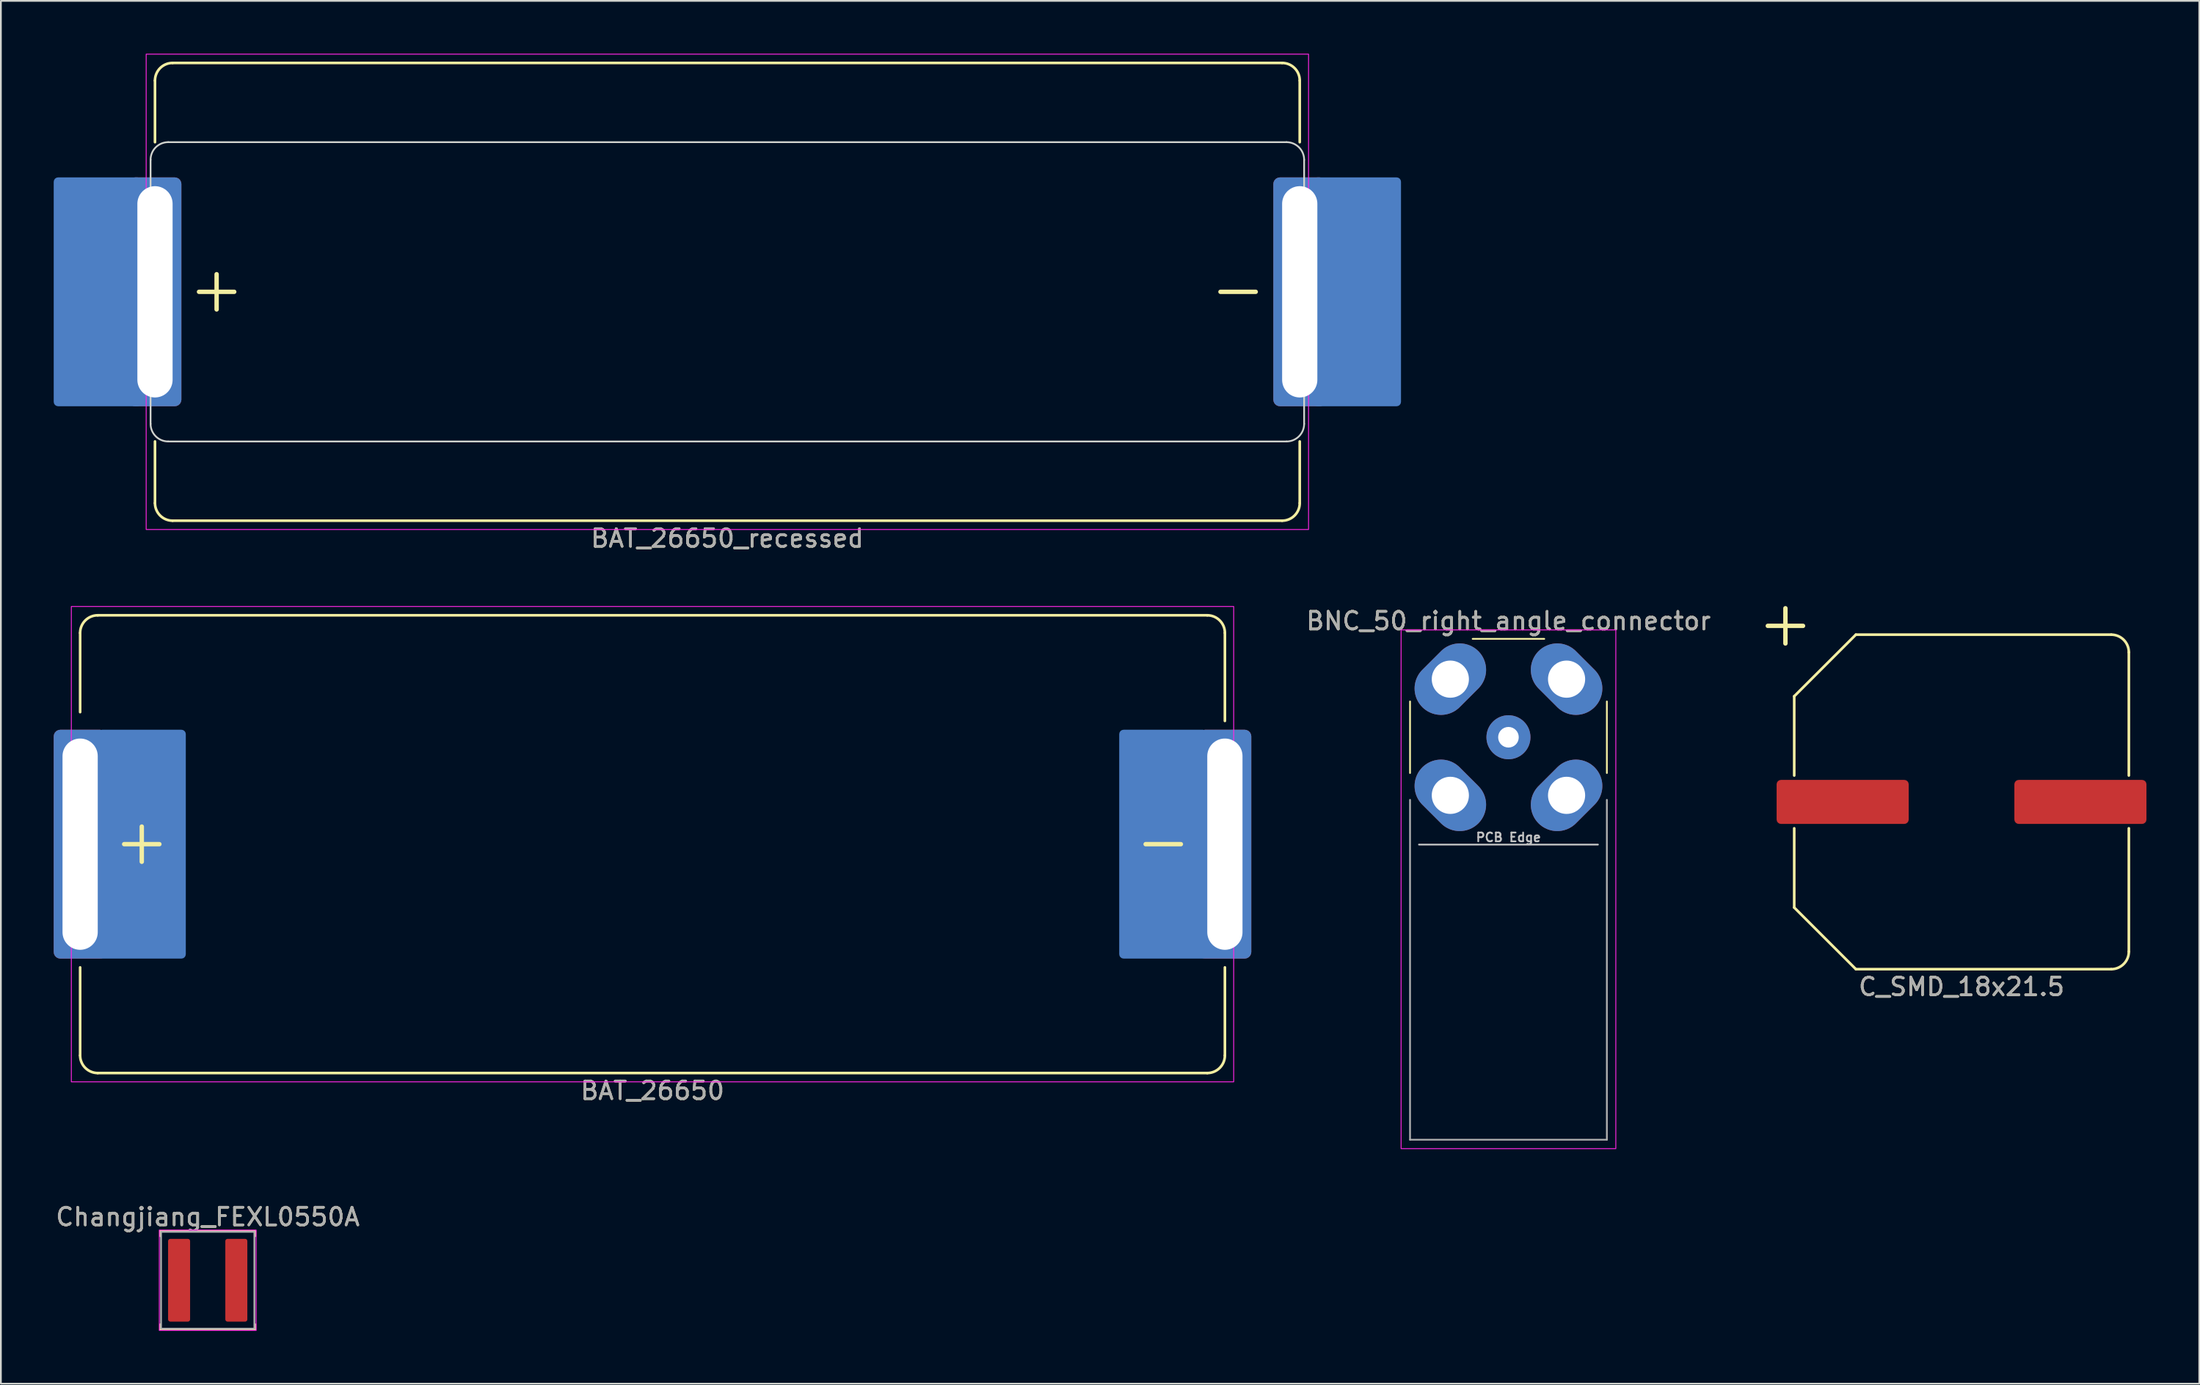
<source format=kicad_pcb>
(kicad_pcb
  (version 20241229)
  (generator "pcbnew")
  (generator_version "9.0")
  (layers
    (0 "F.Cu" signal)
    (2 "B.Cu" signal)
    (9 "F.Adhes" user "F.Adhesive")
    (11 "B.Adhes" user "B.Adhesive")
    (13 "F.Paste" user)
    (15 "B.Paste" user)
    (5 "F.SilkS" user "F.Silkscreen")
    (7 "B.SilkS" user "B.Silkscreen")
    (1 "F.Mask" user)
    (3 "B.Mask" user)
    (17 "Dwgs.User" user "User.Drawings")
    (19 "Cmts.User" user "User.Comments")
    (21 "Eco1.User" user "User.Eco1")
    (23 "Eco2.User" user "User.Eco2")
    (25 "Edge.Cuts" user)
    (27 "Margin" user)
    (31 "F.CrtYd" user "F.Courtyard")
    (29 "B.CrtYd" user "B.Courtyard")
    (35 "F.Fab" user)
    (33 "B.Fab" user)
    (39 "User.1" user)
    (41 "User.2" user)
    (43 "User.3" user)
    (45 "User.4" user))
  (footprint "BNC_50_right_angle_connector"
    (layer "F.Cu")
    (at 82.601 38.825)
    (property "Reference" "BNC_50_right_angle_connector" (at 0 -6.604 0) (unlocked yes) (layer "F.SilkS") (effects (font (size 1 1) (thickness 0.15))))
    (attr through_hole)
    (fp_line (start -5.588 -2.032) (end -5.588 2.032) (stroke (width 0.1) (type default)) (layer "F.SilkS"))
    (fp_line (start -2.032 -5.588) (end 2.032 -5.588) (stroke (width 0.1) (type default)) (layer "F.SilkS"))
    (fp_line (start 5.588 -2.032) (end 5.588 2.032) (stroke (width 0.1) (type default)) (layer "F.SilkS"))
    (fp_line (start -5.08 6.096) (end 5.08 6.096) (stroke (width 0.1) (type solid)) (layer "Dwgs.User"))
    (fp_rect (start -6.096 -6.096) (end 6.096 23.368) (stroke (width 0.05) (type default)) (fill no) (layer "F.CrtYd"))
    (fp_line (start -5.588 3.556) (end -5.588 22.86) (stroke (width 0.1) (type default)) (layer "F.Fab"))
    (fp_line (start -5.588 22.86) (end 5.588 22.86) (stroke (width 0.1) (type default)) (layer "F.Fab"))
    (fp_line (start 5.588 22.86) (end 5.588 3.556) (stroke (width 0.1) (type default)) (layer "F.Fab"))
    (fp_text user "PCB Edge" (at 0 5.686 0) (unlocked yes) (layer "Dwgs.User") (effects (font (size 0.5 0.5) (thickness 0.1))))
    (fp_text user "${REFERENCE}" (at 0 -6.604 0) (unlocked yes) (layer "F.Fab") (effects (font (size 1 1) (thickness 0.15))))
    (pad "1" thru_hole circle (at 0 0 315) (size 2.5 2.5) (drill 1.17) (layers "*.Cu" "*.Mask"))
    (pad "2" thru_hole oval (at -3.3 -3.3 315) (size 3 4.5) (drill 2.11) (layers "*.Cu" "*.Mask"))
    (pad "2" thru_hole oval (at -3.3 3.3 45) (size 3 4.5) (drill 2.11) (layers "*.Cu" "*.Mask"))
    (pad "2" thru_hole oval (at 3.3 -3.3 45) (size 3 4.5) (drill 2.11) (layers "*.Cu" "*.Mask"))
    (pad "2" thru_hole oval (at 3.3 3.3 315) (size 3 4.5) (drill 2.11) (layers "*.Cu" "*.Mask")))
  (footprint "Changjiang_FEXL0550A"
    (layer "F.Cu")
    (at 8.744 69.667)
    (property "Reference" "Changjiang_FEXL0550A" (at 0 -3.6 0) (unlocked yes) (layer "F.SilkS") (effects (font (size 1 1) (thickness 0.15))))
    (attr smd)
    (fp_line (start -2.7 -2.8) (end 2.7 -2.8) (stroke (width 0.1) (type default)) (layer "F.SilkS"))
    (fp_line (start -2.7 -2.5) (end -2.7 -2.8) (stroke (width 0.1) (type default)) (layer "F.SilkS"))
    (fp_line (start -2.7 2.5) (end -2.7 2.8) (stroke (width 0.1) (type default)) (layer "F.SilkS"))
    (fp_line (start -2.7 2.8) (end 2.7 2.8) (stroke (width 0.1) (type default)) (layer "F.SilkS"))
    (fp_line (start 2.7 -2.8) (end 2.7 -2.5) (stroke (width 0.1) (type default)) (layer "F.SilkS"))
    (fp_line (start 2.7 2.8) (end 2.7 2.5) (stroke (width 0.1) (type default)) (layer "F.SilkS"))
    (fp_rect (start -2.75 -2.85) (end 2.75 2.85) (stroke (width 0.05) (type default)) (fill no) (layer "F.CrtYd"))
    (fp_rect (start -2.65 -2.75) (end 2.65 2.75) (stroke (width 0.1) (type default)) (fill no) (layer "F.Fab"))
    (fp_text user "${REFERENCE}" (at 0 -3.6 0) (unlocked yes) (layer "F.Fab") (effects (font (size 1 1) (thickness 0.15))))
    (pad "1" smd roundrect (at -1.625 0) (size 1.25 4.7) (property pad_prop_heatsink) (layers "F.Cu" "F.Mask" "F.Paste") (roundrect_rratio 0.1))
    (pad "2" smd roundrect (at 1.625 0) (size 1.25 4.7) (property pad_prop_heatsink) (layers "F.Cu" "F.Mask" "F.Paste") (roundrect_rratio 0.1)))
  (footprint "C_SMD_18x21.5"
    (layer "F.Cu")
    (at 108.327 42.498)
    (property "Reference" "C_SMD_18x21.5" (at 0 10.5 0) (unlocked yes) (layer "F.SilkS") (effects (font (size 1 1) (thickness 0.15))))
    (attr smd)
    (fp_line (start -10 -9) (end -10 -11) (stroke (width 0.25) (type default)) (layer "F.SilkS"))
    (fp_line (start -9.5 -6) (end -9.5 -1.5) (stroke (width 0.15) (type default)) (layer "F.SilkS"))
    (fp_line (start -9.5 1.5) (end -9.5 6) (stroke (width 0.15) (type default)) (layer "F.SilkS"))
    (fp_line (start -9.5 6) (end -6 9.5) (stroke (width 0.15) (type default)) (layer "F.SilkS"))
    (fp_line (start -9 -10) (end -11 -10) (stroke (width 0.25) (type default)) (layer "F.SilkS"))
    (fp_line (start -6 -9.5) (end -9.5 -6) (stroke (width 0.15) (type default)) (layer "F.SilkS"))
    (fp_line (start -6 -9.5) (end 8.5 -9.5) (stroke (width 0.15) (type default)) (layer "F.SilkS"))
    (fp_line (start -6 9.5) (end 8.5 9.5) (stroke (width 0.15) (type default)) (layer "F.SilkS"))
    (fp_line (start 9.5 -8.5) (end 9.5 -1.5) (stroke (width 0.15) (type default)) (layer "F.SilkS"))
    (fp_line (start 9.5 1.5) (end 9.5 8.5) (stroke (width 0.15) (type default)) (layer "F.SilkS"))
    (fp_arc (start 8.5 -9.5) (mid 9.207107 -9.207107) (end 9.5 -8.5) (stroke (width 0.15) (type default)) (layer "F.SilkS"))
    (fp_arc (start 9.5 8.5) (mid 9.207107 9.207107) (end 8.5 9.5) (stroke (width 0.15) (type default)) (layer "F.SilkS"))
    (fp_text user "${REFERENCE}" (at 0 10.5 0) (unlocked yes) (layer "F.Fab") (effects (font (size 1 1) (thickness 0.15))))
    (pad "1" smd roundrect (at -6.75 0) (size 7.5 2.5) (layers "F.Cu" "F.Mask" "F.Paste") (roundrect_rratio 0.1))
    (pad "2" smd roundrect (at 6.75 0) (size 7.5 2.5) (layers "F.Cu" "F.Mask" "F.Paste") (roundrect_rratio 0.1)))
  (footprint "BAT_26650_recessed"
    (layer "F.Cu")
    (at 38.25 13.525)
    (property "Reference" "BAT_26650_recessed" (at 0 14 0) (unlocked yes) (layer "F.SilkS") (effects (font (size 1 1) (thickness 0.15))))
    (attr through_hole)
    (fp_line (start -32.5 -8.5) (end -32.5 -12) (stroke (width 0.15) (type default)) (layer "F.SilkS"))
    (fp_line (start -32.5 12) (end -32.5 8.5) (stroke (width 0.15) (type default)) (layer "F.SilkS"))
    (fp_line (start -31.5 -13) (end 31.5 -13) (stroke (width 0.15) (type default)) (layer "F.SilkS"))
    (fp_line (start -30 0) (end -28 0) (stroke (width 0.25) (type default)) (layer "F.SilkS"))
    (fp_line (start -29 -1) (end -29 1) (stroke (width 0.25) (type default)) (layer "F.SilkS"))
    (fp_line (start 30 0) (end 28 0) (stroke (width 0.25) (type default)) (layer "F.SilkS"))
    (fp_line (start 31.5 13) (end -31.5 13) (stroke (width 0.15) (type default)) (layer "F.SilkS"))
    (fp_line (start 32.5 -12) (end 32.5 -8.5) (stroke (width 0.15) (type default)) (layer "F.SilkS"))
    (fp_line (start 32.5 8.5) (end 32.5 12) (stroke (width 0.15) (type default)) (layer "F.SilkS"))
    (fp_arc (start -32.5 -12) (mid -32.207107 -12.707107) (end -31.5 -13) (stroke (width 0.15) (type default)) (layer "F.SilkS"))
    (fp_arc (start -31.5 13) (mid -32.207107 12.707107) (end -32.5 12) (stroke (width 0.15) (type default)) (layer "F.SilkS"))
    (fp_arc (start 31.5 -13) (mid 32.207107 -12.707107) (end 32.5 -12) (stroke (width 0.15) (type default)) (layer "F.SilkS"))
    (fp_arc (start 32.5 12) (mid 32.207107 12.707107) (end 31.5 13) (stroke (width 0.15) (type default)) (layer "F.SilkS"))
    (fp_line (start -32.75 7.5) (end -32.75 -7.5) (stroke (width 0.1) (type default)) (layer "Edge.Cuts"))
    (fp_line (start -31.75 -8.5) (end 31.75 -8.5) (stroke (width 0.1) (type default)) (layer "Edge.Cuts"))
    (fp_line (start 31.75 8.5) (end -31.75 8.5) (stroke (width 0.1) (type default)) (layer "Edge.Cuts"))
    (fp_line (start 32.75 -7.5) (end 32.75 7.5) (stroke (width 0.1) (type default)) (layer "Edge.Cuts"))
    (fp_arc (start -32.75 -7.5) (mid -32.457107 -8.207107) (end -31.75 -8.5) (stroke (width 0.1) (type default)) (layer "Edge.Cuts"))
    (fp_arc (start -31.75 8.5) (mid -32.457107 8.207107) (end -32.75 7.5) (stroke (width 0.1) (type default)) (layer "Edge.Cuts"))
    (fp_arc (start 31.75 -8.5) (mid 32.457107 -8.207107) (end 32.75 -7.5) (stroke (width 0.1) (type default)) (layer "Edge.Cuts"))
    (fp_arc (start 32.75 7.5) (mid 32.457107 8.207107) (end 31.75 8.5) (stroke (width 0.1) (type default)) (layer "Edge.Cuts"))
    (fp_rect (start -33 -13.5) (end 33 13.5) (stroke (width 0.05) (type default)) (fill no) (layer "F.CrtYd"))
    (fp_text user "${REFERENCE}" (at 0 14 0) (unlocked yes) (layer "F.Fab") (effects (font (size 1 1) (thickness 0.15))))
    (pad "1" smd roundrect (at -35.75 0) (size 5 13) (layers "B.Cu" "B.Mask") (roundrect_rratio 0.05))
    (pad "1" thru_hole roundrect (at -32.5 0) (size 3 13) (drill oval 2 12) (layers "*.Cu" "*.Mask") (roundrect_rratio 0.125))
    (pad "2" thru_hole roundrect (at 32.5 0) (size 3 13) (drill oval 2 12) (layers "*.Cu" "*.Mask") (roundrect_rratio 0.125))
    (pad "2" smd roundrect (at 35.75 0) (size 5 13) (layers "B.Cu" "B.Mask") (roundrect_rratio 0.05)))
  (footprint "BAT_26650"
    (layer "F.Cu")
    (at 34 44.898)
    (property "Reference" "BAT_26650" (at 0 14 0) (unlocked yes) (layer "F.SilkS") (effects (font (size 1 1) (thickness 0.15))))
    (attr through_hole)
    (fp_line (start -32.5 -7.5) (end -32.5 -12) (stroke (width 0.15) (type default)) (layer "F.SilkS"))
    (fp_line (start -32.5 12) (end -32.5 7) (stroke (width 0.15) (type default)) (layer "F.SilkS"))
    (fp_line (start -31.5 -13) (end 31.5 -13) (stroke (width 0.15) (type default)) (layer "F.SilkS"))
    (fp_line (start -30 0) (end -28 0) (stroke (width 0.25) (type default)) (layer "F.SilkS"))
    (fp_line (start -29 -1) (end -29 1) (stroke (width 0.25) (type default)) (layer "F.SilkS"))
    (fp_line (start 30 0) (end 28 0) (stroke (width 0.25) (type default)) (layer "F.SilkS"))
    (fp_line (start 31.5 13) (end -31.5 13) (stroke (width 0.15) (type default)) (layer "F.SilkS"))
    (fp_line (start 32.5 -12) (end 32.5 -7) (stroke (width 0.15) (type default)) (layer "F.SilkS"))
    (fp_line (start 32.5 7) (end 32.5 12) (stroke (width 0.15) (type default)) (layer "F.SilkS"))
    (fp_arc (start -32.5 -12) (mid -32.207107 -12.707107) (end -31.5 -13) (stroke (width 0.15) (type default)) (layer "F.SilkS"))
    (fp_arc (start -31.5 13) (mid -32.207107 12.707107) (end -32.5 12) (stroke (width 0.15) (type default)) (layer "F.SilkS"))
    (fp_arc (start 31.5 -13) (mid 32.207107 -12.707107) (end 32.5 -12) (stroke (width 0.15) (type default)) (layer "F.SilkS"))
    (fp_arc (start 32.5 12) (mid 32.207107 12.707107) (end 31.5 13) (stroke (width 0.15) (type default)) (layer "F.SilkS"))
    (fp_rect (start -33 -13.5) (end 33 13.5) (stroke (width 0.05) (type default)) (fill no) (layer "F.CrtYd"))
    (fp_text user "${REFERENCE}" (at 0 14 0) (unlocked yes) (layer "F.Fab") (effects (font (size 1 1) (thickness 0.15))))
    (pad "1" thru_hole roundrect (at -32.5 0) (size 3 13) (drill oval 2 12) (layers "*.Cu" "*.Mask") (roundrect_rratio 0.125))
    (pad "1" smd roundrect (at -29 0) (size 5 13) (layers "B.Cu" "B.Mask") (roundrect_rratio 0.05))
    (pad "2" smd roundrect (at 29 0) (size 5 13) (layers "B.Cu" "B.Mask") (roundrect_rratio 0.05))
    (pad "2" thru_hole roundrect (at 32.5 0) (size 3 13) (drill oval 2 12) (layers "*.Cu" "*.Mask") (roundrect_rratio 0.125)))
  (gr_rect
    (start -3 -3)
    (end 121.827 75.542)
    (stroke (width 0.1) (type default))
    (fill no)
    (layer "Edge.Cuts")))
</source>
